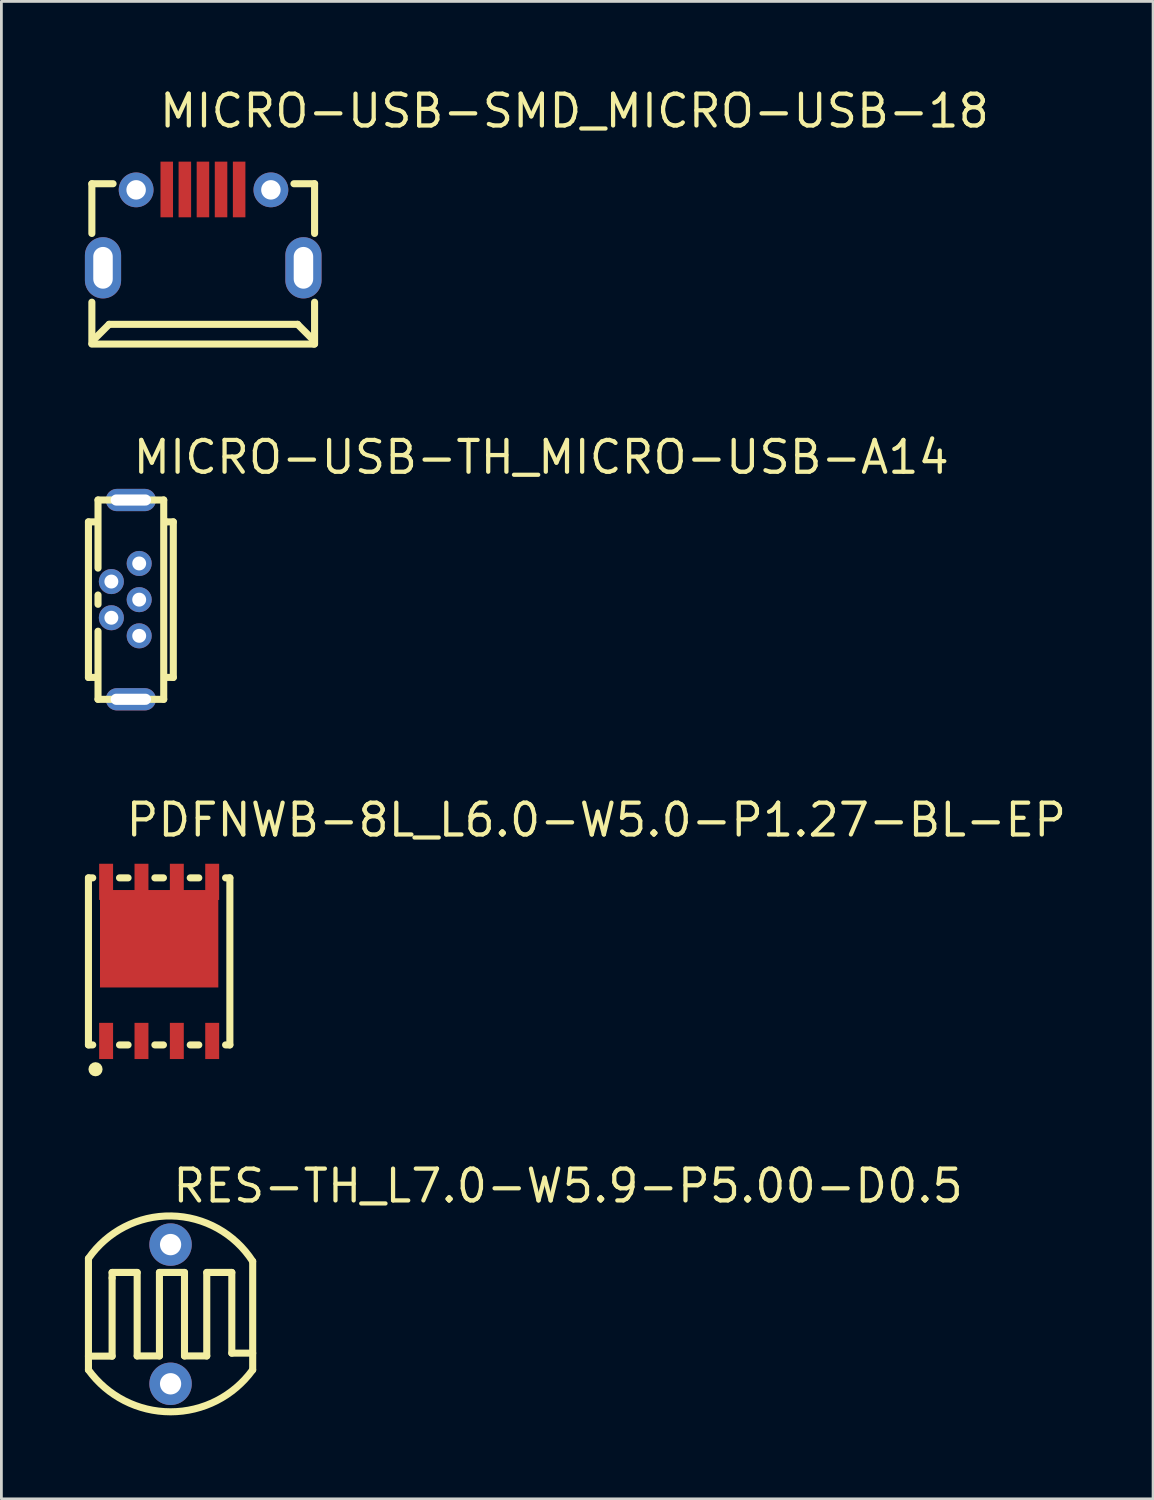
<source format=kicad_pcb>
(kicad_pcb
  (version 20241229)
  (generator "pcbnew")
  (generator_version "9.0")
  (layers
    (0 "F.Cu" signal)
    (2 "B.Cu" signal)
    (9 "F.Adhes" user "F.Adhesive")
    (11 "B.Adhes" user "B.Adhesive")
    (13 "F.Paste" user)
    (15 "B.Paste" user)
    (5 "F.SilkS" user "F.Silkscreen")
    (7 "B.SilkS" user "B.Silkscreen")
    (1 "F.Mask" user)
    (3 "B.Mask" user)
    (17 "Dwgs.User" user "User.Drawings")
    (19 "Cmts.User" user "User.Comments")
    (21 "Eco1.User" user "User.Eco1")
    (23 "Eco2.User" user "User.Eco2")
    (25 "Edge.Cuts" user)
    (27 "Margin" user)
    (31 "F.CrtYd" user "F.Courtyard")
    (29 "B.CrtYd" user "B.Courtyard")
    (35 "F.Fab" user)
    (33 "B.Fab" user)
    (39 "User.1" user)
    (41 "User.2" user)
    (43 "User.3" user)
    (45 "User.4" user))
  (footprint "PDFNWB-8L_L6.0-W5.0-P1.27-BL-EP"
    (layer "F.Cu")
    (at 2.667 31.484)
    (property "Reference" "PDFNWB-8L_L6.0-W5.0-P1.27-BL-EP" (at -1.27 -5.08 0) (layer "F.SilkS") (effects (font (size 1.143 1.143) (thickness 0.152)) (justify left)))
    (attr smd)
    (fp_line (start -2.54 -3) (end -2.386 -3) (stroke (width 0.254) (type solid)) (layer "F.SilkS"))
    (fp_line (start -2.54 3) (end -2.54 -3) (stroke (width 0.254) (type solid)) (layer "F.SilkS"))
    (fp_line (start -2.54 3) (end -2.386 3) (stroke (width 0.254) (type solid)) (layer "F.SilkS"))
    (fp_line (start -1.424 -3) (end -1.116 -3) (stroke (width 0.254) (type solid)) (layer "F.SilkS"))
    (fp_line (start -1.424 3) (end -1.116 3) (stroke (width 0.254) (type solid)) (layer "F.SilkS"))
    (fp_line (start -0.154 -3) (end 0.154 -3) (stroke (width 0.254) (type solid)) (layer "F.SilkS"))
    (fp_line (start -0.154 3) (end 0.154 3) (stroke (width 0.254) (type solid)) (layer "F.SilkS"))
    (fp_line (start 1.116 -3) (end 1.424 -3) (stroke (width 0.254) (type solid)) (layer "F.SilkS"))
    (fp_line (start 1.116 3) (end 1.424 3) (stroke (width 0.254) (type solid)) (layer "F.SilkS"))
    (fp_line (start 2.386 -3) (end 2.54 -3) (stroke (width 0.254) (type solid)) (layer "F.SilkS"))
    (fp_line (start 2.386 3) (end 2.54 3) (stroke (width 0.254) (type solid)) (layer "F.SilkS"))
    (fp_line (start 2.54 -3) (end 2.54 3) (stroke (width 0.254) (type solid)) (layer "F.SilkS"))
    (fp_circle (center -2.286 3.874) (end -2.159 3.874) (stroke (width 0.254) (type solid)) (fill no) (layer "F.SilkS"))
    (pad "1" smd rect (at -1.905 2.858 270) (size 1.3 0.5) (layers "F.Cu" "F.Mask" "F.Paste"))
    (pad "2" smd rect (at -0.635 2.858 270) (size 1.3 0.5) (layers "F.Cu" "F.Mask" "F.Paste"))
    (pad "3" smd rect (at 0.635 2.858 270) (size 1.3 0.5) (layers "F.Cu" "F.Mask" "F.Paste"))
    (pad "4" smd rect (at 1.905 2.858 270) (size 1.3 0.5) (layers "F.Cu" "F.Mask" "F.Paste"))
    (pad "5" smd rect (at 1.905 -2.857 270) (size 1.3 0.5) (layers "F.Cu" "F.Mask" "F.Paste"))
    (pad "6" smd rect (at 0.635 -2.857 270) (size 1.3 0.5) (layers "F.Cu" "F.Mask" "F.Paste"))
    (pad "7" smd rect (at -0.635 -2.857 270) (size 1.3 0.5) (layers "F.Cu" "F.Mask" "F.Paste"))
    (pad "8" smd rect (at -1.905 -2.857 270) (size 1.3 0.5) (layers "F.Cu" "F.Mask" "F.Paste"))
    (pad "8" smd rect (at 0 -0.813 270) (size 3.5 4.25) (layers "F.Cu" "F.Mask" "F.Paste")))
  (footprint "RES-TH_L7.0-W5.9-P5.00-D0.5"
    (layer "F.Cu")
    (at 3.077 44.157)
    (property "Reference" "RES-TH_L7.0-W5.9-P5.00-D0.5" (at 0 -4.608 0) (layer "F.SilkS") (effects (font (size 1.143 1.143) (thickness 0.152)) (justify left)))
    (attr through_hole)
    (fp_line (start -2.95 -2) (end -2.95 2) (stroke (width 0.254) (type solid)) (layer "F.SilkS"))
    (fp_line (start -2.95 1.507) (end -2.1 1.507) (stroke (width 0.254) (type solid)) (layer "F.SilkS"))
    (fp_line (start -2.1 -1.5) (end -1.2 -1.5) (stroke (width 0.254) (type solid)) (layer "F.SilkS"))
    (fp_line (start -2.1 -1.3) (end -2.1 -1.5) (stroke (width 0.254) (type solid)) (layer "F.SilkS"))
    (fp_line (start -2.1 1.507) (end -2.1 -1.3) (stroke (width 0.254) (type solid)) (layer "F.SilkS"))
    (fp_line (start -1.2 -1.5) (end -1.2 1.5) (stroke (width 0.254) (type solid)) (layer "F.SilkS"))
    (fp_line (start -1.2 1.5) (end -0.4 1.5) (stroke (width 0.254) (type solid)) (layer "F.SilkS"))
    (fp_line (start -0.4 -1.5) (end 0.5 -1.5) (stroke (width 0.254) (type solid)) (layer "F.SilkS"))
    (fp_line (start -0.4 1.5) (end -0.4 -1.5) (stroke (width 0.254) (type solid)) (layer "F.SilkS"))
    (fp_line (start 0.5 -1.5) (end 0.5 1.5) (stroke (width 0.254) (type solid)) (layer "F.SilkS"))
    (fp_line (start 0.5 1.5) (end 1.3 1.5) (stroke (width 0.254) (type solid)) (layer "F.SilkS"))
    (fp_line (start 1.3 -1.5) (end 2.2 -1.5) (stroke (width 0.254) (type solid)) (layer "F.SilkS"))
    (fp_line (start 1.3 1.5) (end 1.3 -1.5) (stroke (width 0.254) (type solid)) (layer "F.SilkS"))
    (fp_line (start 2.2 -1.5) (end 2.2 1.4) (stroke (width 0.254) (type solid)) (layer "F.SilkS"))
    (fp_line (start 2.2 1.4) (end 2.95 1.4) (stroke (width 0.254) (type solid)) (layer "F.SilkS"))
    (fp_line (start 2.95 -1.9) (end 2.95 2) (stroke (width 0.254) (type solid)) (layer "F.SilkS"))
    (fp_arc (start -2.950007 -1.999996) (mid 0.026251 -3.528737) (end 2.94894 -1.89992) (stroke (width 0.254) (type solid)) (layer "F.SilkS"))
    (fp_arc (start 2.94894 1.99898) (mid -0.000274 3.506494) (end -2.950007 1.999996) (stroke (width 0.254) (type solid)) (layer "F.SilkS"))
    (pad "1" thru_hole circle (at 0 2.5 270) (size 1.524 1.524) (drill oval 0.767 0.762) (layers "*.Cu" "*.Mask"))
    (pad "2" thru_hole circle (at 0 -2.5 270) (size 1.524 1.524) (drill oval 0.767 0.762) (layers "*.Cu" "*.Mask")))
  (footprint "MICRO-USB-SMD_MICRO-USB-18"
    (layer "F.Cu")
    (at 4.25 5.163)
    (property "Reference" "MICRO-USB-SMD_MICRO-USB-18" (at -1.651 -4.227 0) (layer "F.SilkS") (effects (font (size 1.143 1.143) (thickness 0.152)) (justify left)))
    (attr through_hole)
    (fp_line (start -4 -1.613) (end -4 0.173) (stroke (width 0.254) (type solid)) (layer "F.SilkS"))
    (fp_line (start -4 -1.613) (end -3.238 -1.613) (stroke (width 0.254) (type solid)) (layer "F.SilkS"))
    (fp_line (start -4 2.642) (end -4 4.127) (stroke (width 0.254) (type solid)) (layer "F.SilkS"))
    (fp_line (start -3.97 4.027) (end -3.38 3.437) (stroke (width 0.254) (type solid)) (layer "F.SilkS"))
    (fp_line (start -3.97 4.127) (end -3.97 4.027) (stroke (width 0.254) (type solid)) (layer "F.SilkS"))
    (fp_line (start 3.258 -1.613) (end 4 -1.613) (stroke (width 0.254) (type solid)) (layer "F.SilkS"))
    (fp_line (start 3.39 3.437) (end -3.38 3.437) (stroke (width 0.254) (type solid)) (layer "F.SilkS"))
    (fp_line (start 3.98 4.027) (end 3.39 3.437) (stroke (width 0.254) (type solid)) (layer "F.SilkS"))
    (fp_line (start 3.98 4.147) (end 3.98 4.027) (stroke (width 0.254) (type solid)) (layer "F.SilkS"))
    (fp_line (start 4 -1.613) (end 4 0.173) (stroke (width 0.254) (type solid)) (layer "F.SilkS"))
    (fp_line (start 4 2.642) (end 4 4.12) (stroke (width 0.254) (type solid)) (layer "F.SilkS"))
    (fp_line (start 4 4.147) (end -4 4.147) (stroke (width 0.254) (type solid)) (layer "F.SilkS"))
    (pad "0" thru_hole oval (at -3.6 1.407) (size 1.3 2.2) (drill oval 0.7 1.5) (layers "*.Cu" "*.Mask"))
    (pad "0" thru_hole circle (at -2.41 -1.393) (size 1.25 1.25) (drill 0.7) (layers "*.Cu" "*.Mask"))
    (pad "0" thru_hole circle (at 2.431 -1.393) (size 1.25 1.25) (drill 0.7) (layers "*.Cu" "*.Mask"))
    (pad "0" thru_hole oval (at 3.6 1.407) (size 1.3 2.2) (drill oval 0.7 1.5) (layers "*.Cu" "*.Mask"))
    (pad "1" smd rect (at -1.31 -1.407 270) (size 2 0.45) (layers "F.Cu" "F.Mask" "F.Paste"))
    (pad "2" smd rect (at -0.66 -1.407 270) (size 2 0.45) (layers "F.Cu" "F.Mask" "F.Paste"))
    (pad "3" smd rect (at -0.01 -1.407 270) (size 2 0.45) (layers "F.Cu" "F.Mask" "F.Paste"))
    (pad "4" smd rect (at 0.64 -1.407 270) (size 2 0.45) (layers "F.Cu" "F.Mask" "F.Paste"))
    (pad "5" smd rect (at 1.29 -1.407 270) (size 2 0.45) (layers "F.Cu" "F.Mask" "F.Paste")))
  (footprint "MICRO-USB-TH_MICRO-USB-A14"
    (layer "F.Cu")
    (at 1.45 18.49)
    (property "Reference" "MICRO-USB-TH_MICRO-USB-A14" (at 0.201 -5.116 0) (layer "F.SilkS") (effects (font (size 1.143 1.143) (thickness 0.152)) (justify left)))
    (attr through_hole)
    (fp_line (start -1.323 -2.794) (end -1.323 2.794) (stroke (width 0.254) (type solid)) (layer "F.SilkS"))
    (fp_line (start -1.323 2.794) (end -1.069 2.794) (stroke (width 0.254) (type solid)) (layer "F.SilkS"))
    (fp_line (start -1.069 -2.794) (end -1.323 -2.794) (stroke (width 0.254) (type solid)) (layer "F.SilkS"))
    (fp_line (start -1.069 2.794) (end -1.069 2.794) (stroke (width 0.254) (type solid)) (layer "F.SilkS"))
    (fp_line (start -0.979 -3.58) (end -0.979 -1.133) (stroke (width 0.254) (type solid)) (layer "F.SilkS"))
    (fp_line (start -0.979 -3.58) (end 1.381 -3.58) (stroke (width 0.254) (type solid)) (layer "F.SilkS"))
    (fp_line (start -0.979 -0.167) (end -0.979 0.167) (stroke (width 0.254) (type solid)) (layer "F.SilkS"))
    (fp_line (start -0.979 1.133) (end -0.979 3.58) (stroke (width 0.254) (type solid)) (layer "F.SilkS"))
    (fp_line (start 1.381 -3.58) (end 1.381 3.58) (stroke (width 0.254) (type solid)) (layer "F.SilkS"))
    (fp_line (start 1.381 3.58) (end -0.979 3.58) (stroke (width 0.254) (type solid)) (layer "F.SilkS"))
    (fp_line (start 1.471 -2.794) (end 1.471 -2.794) (stroke (width 0.254) (type solid)) (layer "F.SilkS"))
    (fp_line (start 1.471 2.794) (end 1.725 2.794) (stroke (width 0.254) (type solid)) (layer "F.SilkS"))
    (fp_line (start 1.725 -2.794) (end 1.471 -2.794) (stroke (width 0.254) (type solid)) (layer "F.SilkS"))
    (fp_line (start 1.725 2.794) (end 1.725 -2.794) (stroke (width 0.254) (type solid)) (layer "F.SilkS"))
    (pad "1" thru_hole circle (at 0.5 -1.3) (size 0.9 0.9) (drill 0.5) (layers "*.Cu" "*.Mask"))
    (pad "2" thru_hole circle (at -0.5 -0.65) (size 0.9 0.9) (drill 0.5) (layers "*.Cu" "*.Mask"))
    (pad "3" thru_hole circle (at 0.5 0) (size 0.9 0.9) (drill 0.5) (layers "*.Cu" "*.Mask"))
    (pad "4" thru_hole circle (at -0.5 0.65) (size 0.9 0.9) (drill 0.5) (layers "*.Cu" "*.Mask"))
    (pad "5" thru_hole circle (at 0.5 1.3) (size 0.9 0.9) (drill 0.5) (layers "*.Cu" "*.Mask"))
    (pad "6" thru_hole oval (at 0.201 -3.579 90) (size 0.8 1.8) (drill oval 0.4 1.45) (layers "*.Cu" "*.Mask"))
    (pad "7" thru_hole oval (at 0.201 3.579 90) (size 0.8 1.8) (drill oval 0.4 1.45) (layers "*.Cu" "*.Mask")))
  (gr_rect
    (start -3 -3)
    (end 38.37 50.79)
    (stroke (width 0.1) (type default))
    (fill no)
    (layer "Edge.Cuts")))
</source>
